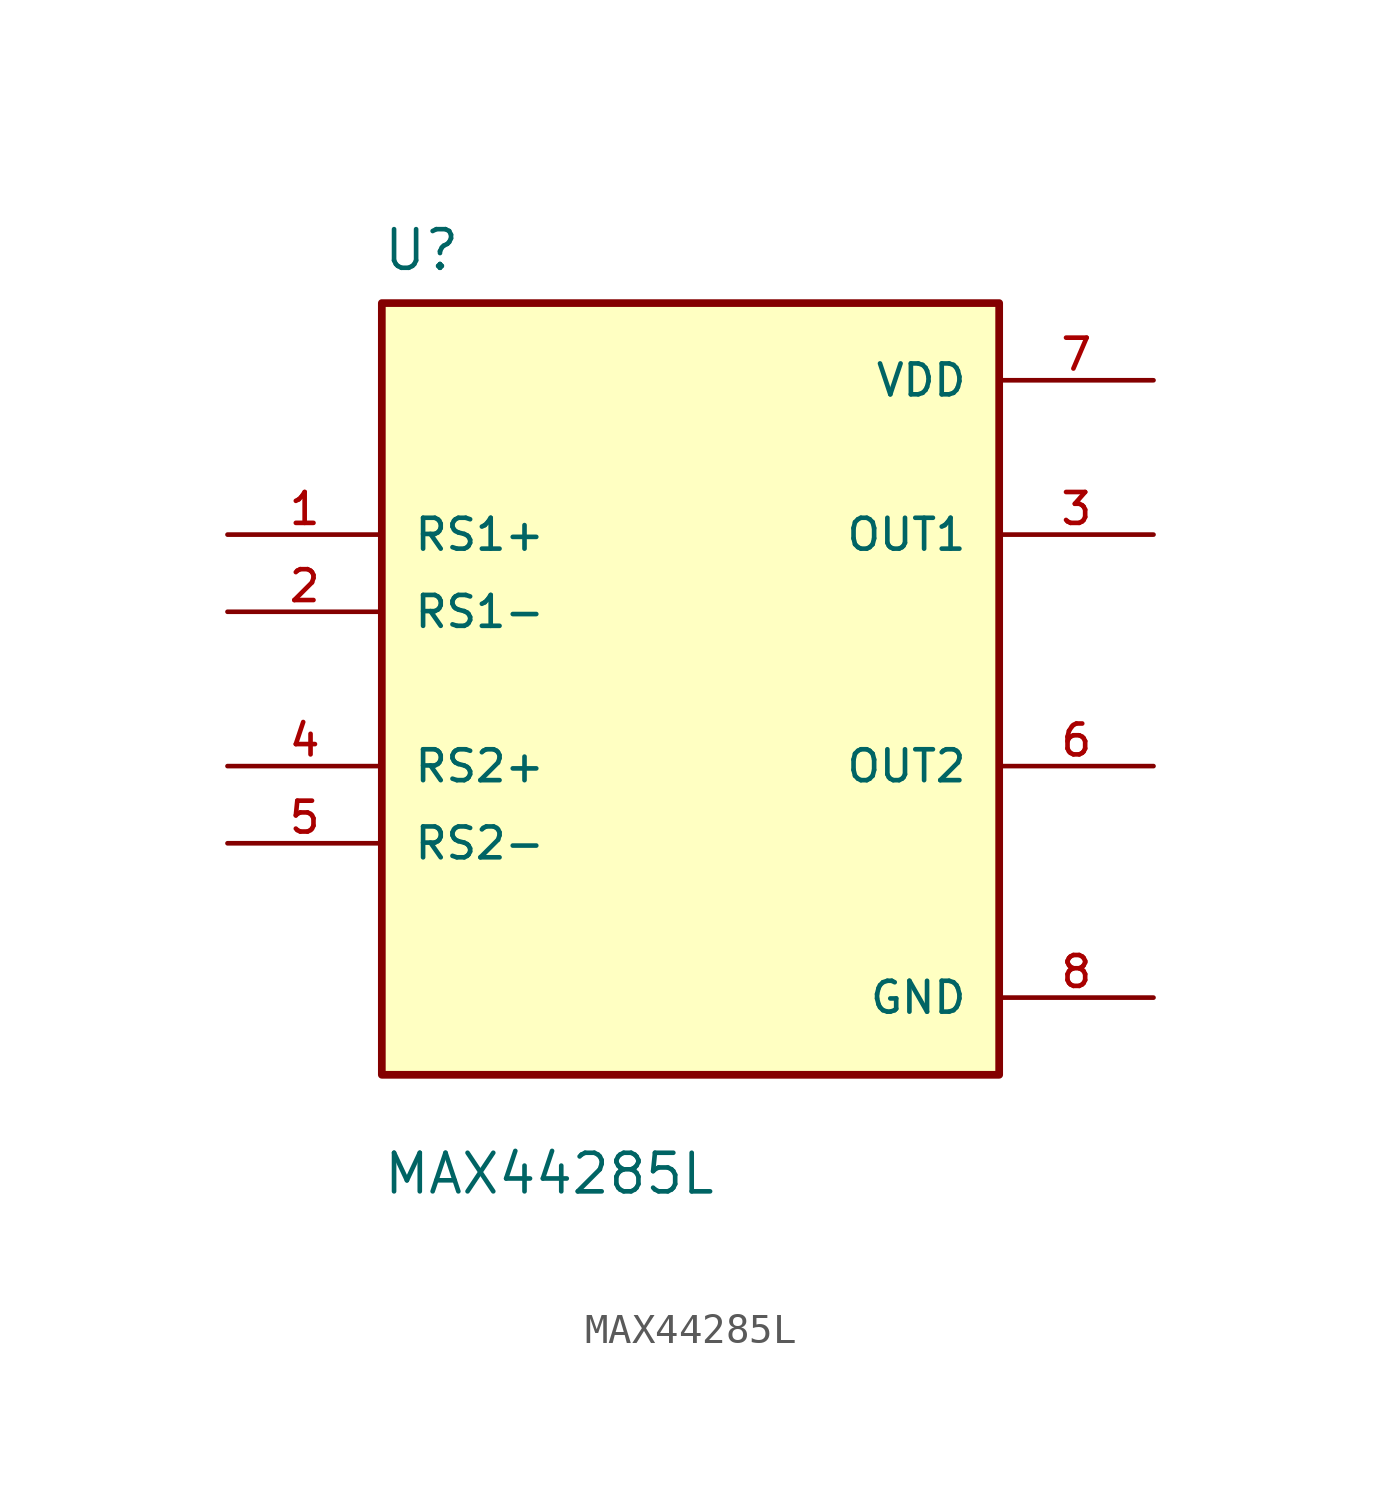
<source format=kicad_sym>
(kicad_symbol_lib
  (version 20231120)
  (generator "kicad_symbol_editor")
  (generator_version "8.0")
  (symbol "MAX44285L"
    (pin_names
      (offset 1.016))
    (property "Reference" "U"
      (at -10.16 13.7 0)
      (effects (font (size 1.27 1.27)) (justify left bottom)))
    (property "Value" "MAX44285L"
      (at -10.16 -16.7 0)
      (effects (font (size 1.27 1.27)) (justify left bottom)))
    (symbol "MAX44285L_0_0"
      (rectangle (start -10.16 -12.7) (end 10.16 12.7) (stroke (width 0.254) (type default)) (fill (type background)))
      (pin passive line (at -15.24 5.08 0) (length 5.08) (name "RS1+" (effects (font (size 1.016 1.016)))) (number "1" (effects (font (size 1.016 1.016)))))
      (pin passive line (at -15.24 2.54 0) (length 5.08) (name "RS1-" (effects (font (size 1.016 1.016)))) (number "2" (effects (font (size 1.016 1.016)))))
      (pin passive line (at 15.24 5.08 180) (length 5.08) (name "OUT1" (effects (font (size 1.016 1.016)))) (number "3" (effects (font (size 1.016 1.016)))))
      (pin passive line (at -15.24 -2.54 0) (length 5.08) (name "RS2+" (effects (font (size 1.016 1.016)))) (number "4" (effects (font (size 1.016 1.016)))))
      (pin passive line (at -15.24 -5.08 0) (length 5.08) (name "RS2-" (effects (font (size 1.016 1.016)))) (number "5" (effects (font (size 1.016 1.016)))))
      (pin passive line (at 15.24 -2.54 180) (length 5.08) (name "OUT2" (effects (font (size 1.016 1.016)))) (number "6" (effects (font (size 1.016 1.016)))))
      (pin passive line (at 15.24 10.16 180) (length 5.08) (name "VDD" (effects (font (size 1.016 1.016)))) (number "7" (effects (font (size 1.016 1.016)))))
      (pin passive line (at 15.24 -10.16 180) (length 5.08) (name "GND" (effects (font (size 1.016 1.016)))) (number "8" (effects (font (size 1.016 1.016))))))))
</source>
